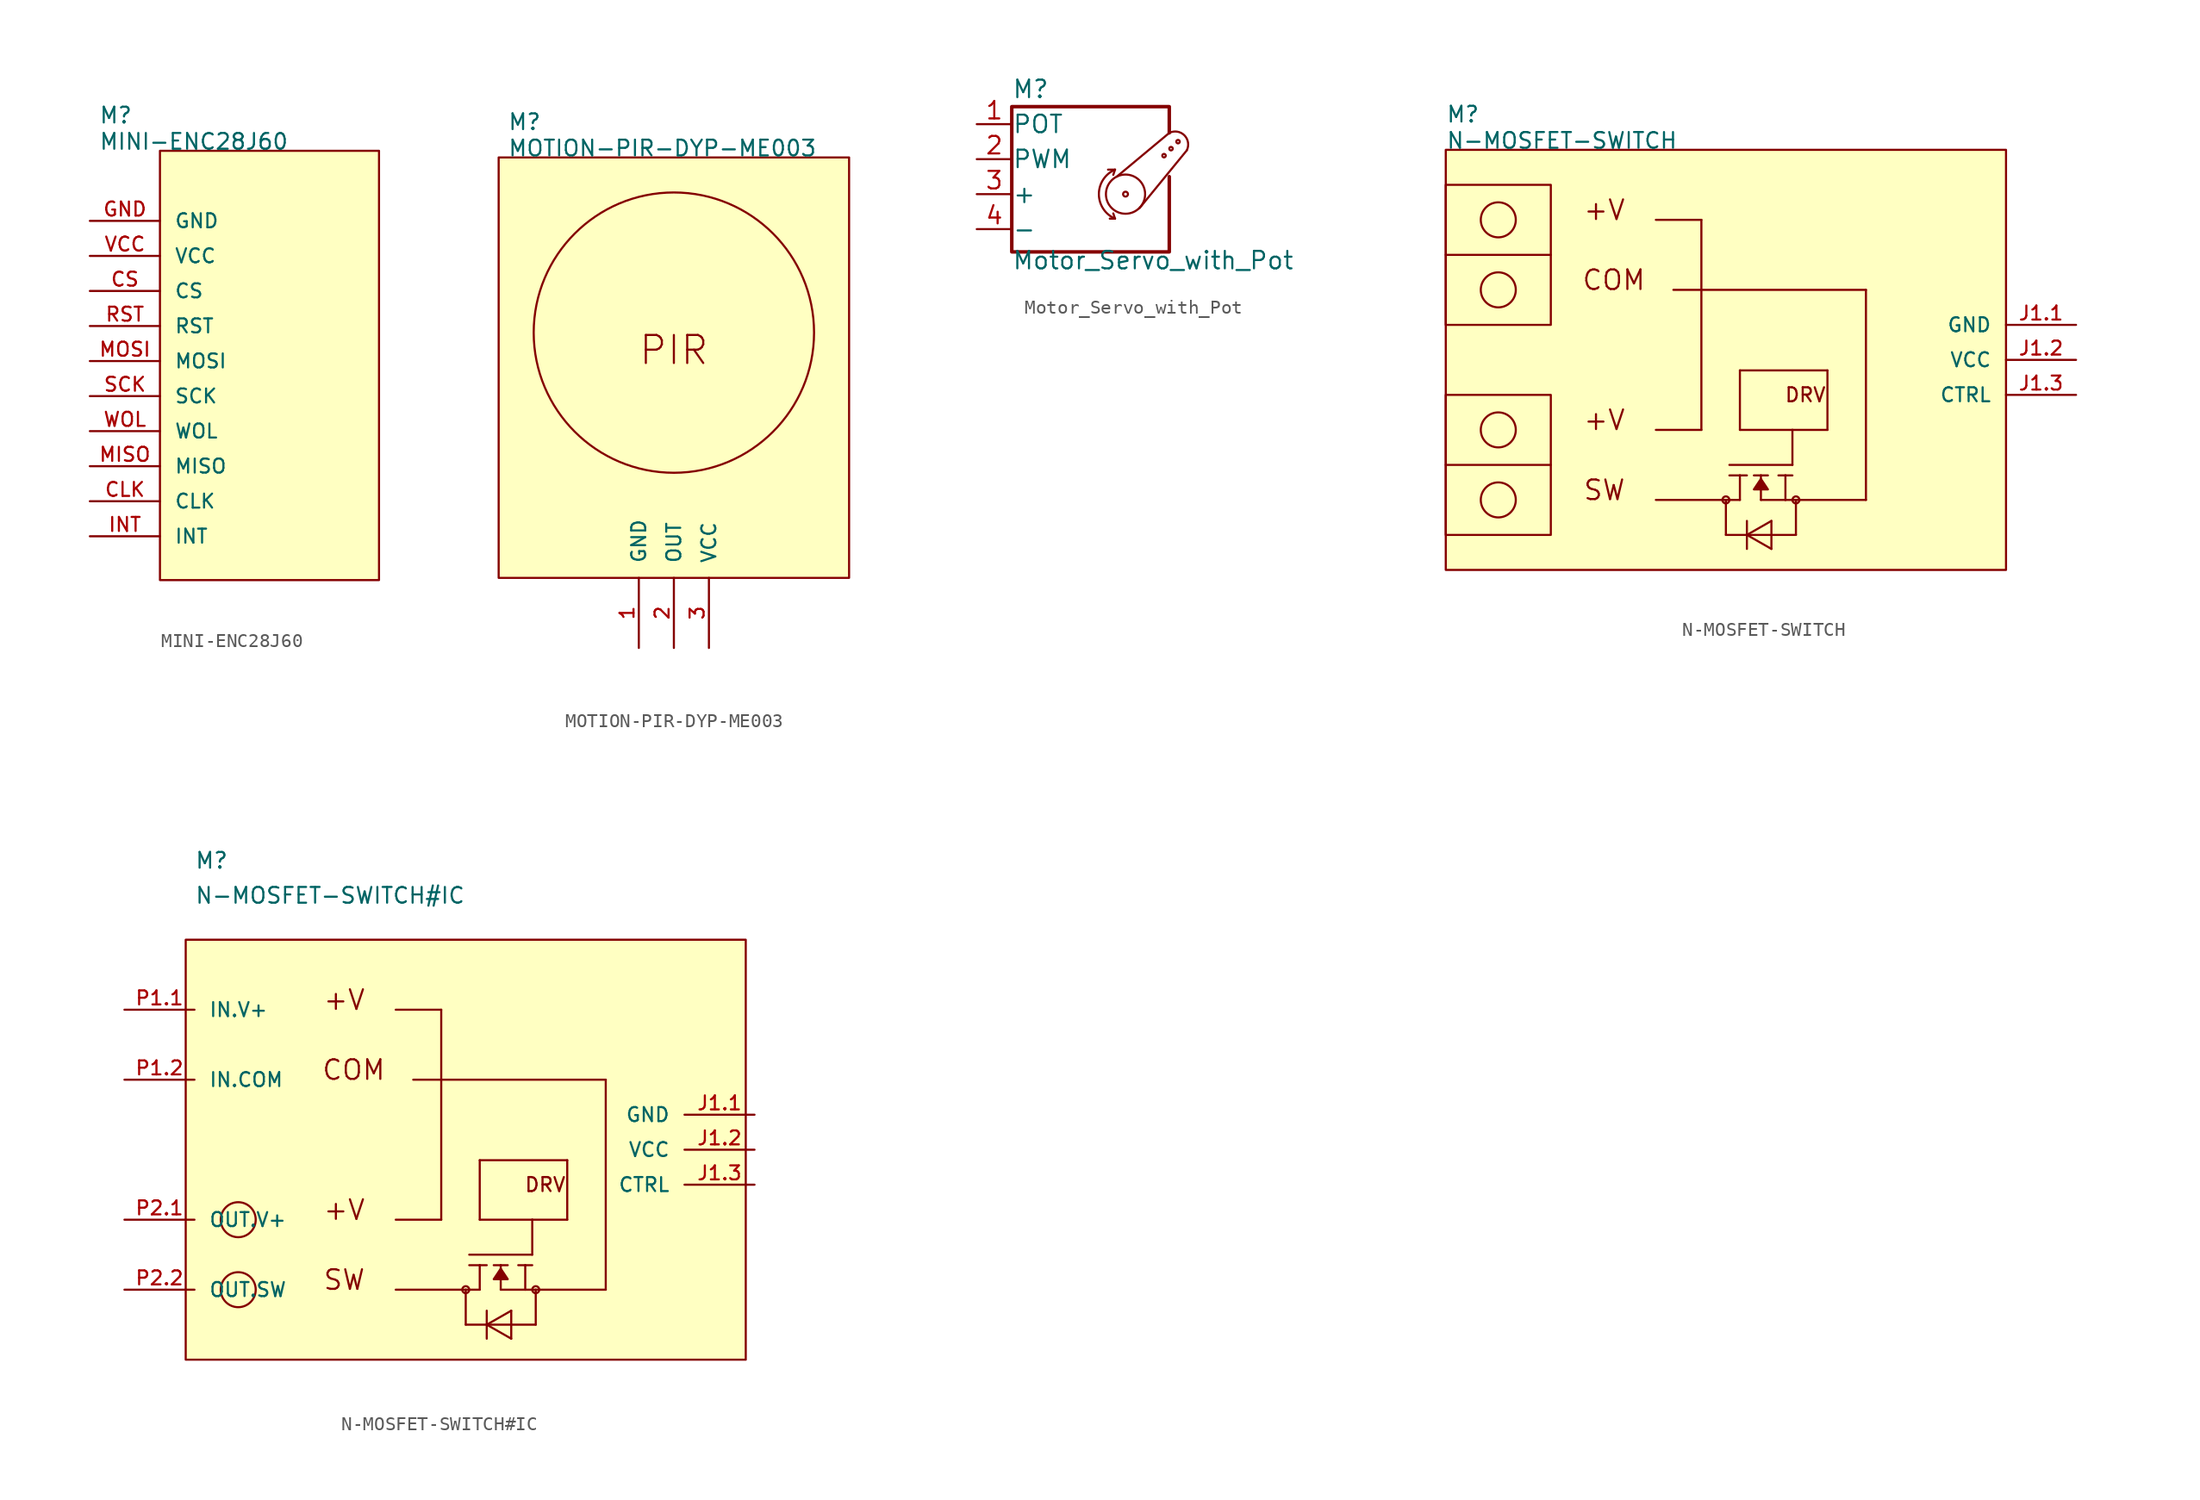
<source format=kicad_sym>
(kicad_symbol_lib
  (version 20211014)
  (generator kicad_symbol_editor)
  (symbol "MINI-ENC28J60"
    (pin_names
      (offset 1.016))
    (property "Reference" "M"
      (at -8.89 17.145 0)
      (effects (font (size 1.143 1.143)) (justify left bottom)))
    (property "Value" "MINI-ENC28J60"
      (at -8.89 15.24 0)
      (effects (font (size 1.143 1.143)) (justify left bottom)))
    (property "ki_locked" ""
      (at 0 0 0)
      (effects (font (size 1.27 1.27))))
    (symbol "MINI-ENC28J60_1_1"
      (rectangle (start -4.445 15.24) (end 11.43 -15.875) (stroke (width 0) (type default) (color 0 0 0 0)) (fill (type background)))
      (pin bidirectional line (at -9.525 -10.16 0) (length 5.08) (name "CLK" (effects (font (size 1.016 1.016)))) (number "CLK" (effects (font (size 1.016 1.016)))))
      (pin bidirectional line (at -9.525 5.08 0) (length 5.08) (name "CS" (effects (font (size 1.016 1.016)))) (number "CS" (effects (font (size 1.016 1.016)))))
      (pin bidirectional line (at -9.525 10.16 0) (length 5.08) (name "GND" (effects (font (size 1.016 1.016)))) (number "GND" (effects (font (size 1.016 1.016)))))
      (pin bidirectional line (at -9.525 -12.7 0) (length 5.08) (name "INT" (effects (font (size 1.016 1.016)))) (number "INT" (effects (font (size 1.016 1.016)))))
      (pin bidirectional line (at -9.525 -7.62 0) (length 5.08) (name "MISO" (effects (font (size 1.016 1.016)))) (number "MISO" (effects (font (size 1.016 1.016)))))
      (pin bidirectional line (at -9.525 0 0) (length 5.08) (name "MOSI" (effects (font (size 1.016 1.016)))) (number "MOSI" (effects (font (size 1.016 1.016)))))
      (pin bidirectional line (at -9.525 2.54 0) (length 5.08) (name "RST" (effects (font (size 1.016 1.016)))) (number "RST" (effects (font (size 1.016 1.016)))))
      (pin bidirectional line (at -9.525 -2.54 0) (length 5.08) (name "SCK" (effects (font (size 1.016 1.016)))) (number "SCK" (effects (font (size 1.016 1.016)))))
      (pin bidirectional line (at -9.525 7.62 0) (length 5.08) (name "VCC" (effects (font (size 1.016 1.016)))) (number "VCC" (effects (font (size 1.016 1.016)))))
      (pin bidirectional line (at -9.525 -5.08 0) (length 5.08) (name "WOL" (effects (font (size 1.016 1.016)))) (number "WOL" (effects (font (size 1.016 1.016)))))))
  (symbol "MOTION-PIR-DYP-ME003"
    (pin_names
      (offset 1.016))
    (property "Reference" "M"
      (at -12.065 17.145 0)
      (effects (font (size 1.143 1.143)) (justify left bottom)))
    (property "Value" "MOTION-PIR-DYP-ME003"
      (at -12.065 15.24 0)
      (effects (font (size 1.143 1.143)) (justify left bottom)))
    (property "ki_locked" ""
      (at 0 0 0)
      (effects (font (size 1.27 1.27))))
    (symbol "MOTION-PIR-DYP-ME003_1_0"
      (text "PIR" (at 0 1.27 0) (effects (font (size 2.032 2.032)))))
    (symbol "MOTION-PIR-DYP-ME003_1_1"
      (rectangle (start -12.7 15.24) (end 12.7 -15.24) (stroke (width 0) (type default) (color 0 0 0 0)) (fill (type background)))
      (circle (center 0 2.54) (radius 10.16) (stroke (width 0) (type default) (color 0 0 0 0)) (fill (type none)))
      (pin power_in line (at -2.54 -20.32 90) (length 5.08) (name "GND" (effects (font (size 1.016 1.016)))) (number "1" (effects (font (size 1.016 1.016)))))
      (pin output line (at 0 -20.32 90) (length 5.08) (name "OUT" (effects (font (size 1.016 1.016)))) (number "2" (effects (font (size 1.016 1.016)))))
      (pin power_in line (at 2.54 -20.32 90) (length 5.08) (name "VCC" (effects (font (size 1.016 1.016)))) (number "3" (effects (font (size 1.016 1.016)))))))
  (symbol "Motor_Servo_with_Pot"
    (pin_names
      (offset 0.025))
    (property "Reference" "M"
      (at -5.08 7.62 0)
      (effects (font (size 1.27 1.27)) (justify left)))
    (property "Value" "Motor_Servo_with_Pot"
      (at -5.08 -4.064 0)
      (effects (font (size 1.27 1.27)) (justify left top)))
    (symbol "Motor_Servo_with_Pot_0_1"
      (polyline (pts (xy 2.413 -1.778) (xy 2.032 -1.778)) (stroke (width 0) (type default) (color 0 0 0 0)) (fill (type none)))
      (polyline (pts (xy 2.413 -1.778) (xy 2.286 -1.397)) (stroke (width 0) (type default) (color 0 0 0 0)) (fill (type none)))
      (polyline (pts (xy 2.413 1.778) (xy 1.905 1.778)) (stroke (width 0) (type default) (color 0 0 0 0)) (fill (type none)))
      (polyline (pts (xy 2.413 1.778) (xy 2.286 1.397)) (stroke (width 0) (type default) (color 0 0 0 0)) (fill (type none)))
      (polyline (pts (xy 6.35 4.445) (xy 2.54 1.27)) (stroke (width 0) (type default) (color 0 0 0 0)) (fill (type none)))
      (polyline (pts (xy 7.62 3.175) (xy 4.191 -1.016)) (stroke (width 0) (type default) (color 0 0 0 0)) (fill (type none)))
      (polyline (pts (xy 6.35 4.445) (xy 6.35 6.35) (xy -5.08 6.35) (xy -5.08 -4.191) (xy 6.35 -4.191) (xy 6.35 1.27)) (stroke (width 0.254) (type default) (color 0 0 0 0)) (fill (type none)))
      (arc (start 2.413 1.778) (mid 1.2406 0) (end 2.413 -1.778) (stroke (width 0) (type default) (color 0 0 0 0)) (fill (type none)))
      (circle (center 3.175 0) (radius 0.178) (stroke (width 0) (type default) (color 0 0 0 0)) (fill (type none)))
      (circle (center 3.175 0) (radius 1.422) (stroke (width 0) (type default) (color 0 0 0 0)) (fill (type none)))
      (circle (center 5.969 2.794) (radius 0.127) (stroke (width 0) (type default) (color 0 0 0 0)) (fill (type none)))
      (circle (center 6.477 3.302) (radius 0.127) (stroke (width 0) (type default) (color 0 0 0 0)) (fill (type none)))
      (circle (center 6.985 3.81) (radius 0.127) (stroke (width 0) (type default) (color 0 0 0 0)) (fill (type none)))
      (arc (start 7.62 3.175) (mid 7.4485 4.2735) (end 6.35 4.445) (stroke (width 0) (type default) (color 0 0 0 0)) (fill (type none))))
    (symbol "Motor_Servo_with_Pot_1_1"
      (pin passive line (at -7.62 5.08 0) (length 2.54) (name "POT" (effects (font (size 1.27 1.27)))) (number "1" (effects (font (size 1.27 1.27)))))
      (pin passive line (at -7.62 2.54 0) (length 2.54) (name "PWM" (effects (font (size 1.27 1.27)))) (number "2" (effects (font (size 1.27 1.27)))))
      (pin passive line (at -7.62 0 0) (length 2.54) (name "+" (effects (font (size 1.27 1.27)))) (number "3" (effects (font (size 1.27 1.27)))))
      (pin passive line (at -7.62 -2.54 0) (length 2.54) (name "-" (effects (font (size 1.27 1.27)))) (number "4" (effects (font (size 1.27 1.27)))))))
  (symbol "N-MOSFET-SWITCH"
    (pin_names
      (offset 1.016))
    (property "Reference" "M"
      (at -22.86 17.145 0)
      (effects (font (size 1.143 1.143)) (justify left bottom)))
    (property "Value" "N-MOSFET-SWITCH"
      (at -22.86 15.24 0)
      (effects (font (size 1.143 1.143)) (justify left bottom)))
    (property "ki_locked" ""
      (at 0 0 0)
      (effects (font (size 1.27 1.27))))
    (symbol "N-MOSFET-SWITCH_1_0"
      (polyline (pts (xy -22.86 7.62) (xy -15.24 7.62)) (stroke (width 0) (type default) (color 0 0 0 0)) (fill (type none)))
      (polyline (pts (xy -15.24 -7.62) (xy -22.86 -7.62)) (stroke (width 0) (type default) (color 0 0 0 0)) (fill (type none)))
      (polyline (pts (xy -7.62 -10.16) (xy -2.54 -10.16)) (stroke (width 0) (type default) (color 0 0 0 0)) (fill (type none)))
      (polyline (pts (xy -7.62 10.16) (xy -4.318 10.16)) (stroke (width 0) (type default) (color 0 0 0 0)) (fill (type none)))
      (polyline (pts (xy -4.318 -5.08) (xy -7.62 -5.08)) (stroke (width 0) (type default) (color 0 0 0 0)) (fill (type none)))
      (polyline (pts (xy -4.318 10.16) (xy -4.318 -5.08)) (stroke (width 0) (type default) (color 0 0 0 0)) (fill (type none)))
      (polyline (pts (xy -2.54 -12.7) (xy -1.016 -12.7)) (stroke (width 0) (type default) (color 0 0 0 0)) (fill (type none)))
      (polyline (pts (xy -2.54 -10.16) (xy -2.54 -12.7)) (stroke (width 0) (type default) (color 0 0 0 0)) (fill (type none)))
      (polyline (pts (xy -2.54 -10.16) (xy -1.524 -10.16)) (stroke (width 0) (type default) (color 0 0 0 0)) (fill (type none)))
      (polyline (pts (xy -2.286 -8.382) (xy -1.524 -8.382)) (stroke (width 0) (type default) (color 0 0 0 0)) (fill (type none)))
      (polyline (pts (xy -2.286 -7.62) (xy 2.286 -7.62)) (stroke (width 0) (type default) (color 0 0 0 0)) (fill (type none)))
      (polyline (pts (xy -1.524 -10.16) (xy -1.524 -8.382)) (stroke (width 0) (type default) (color 0 0 0 0)) (fill (type none)))
      (polyline (pts (xy -1.524 -8.382) (xy -1.016 -8.382)) (stroke (width 0) (type default) (color 0 0 0 0)) (fill (type none)))
      (polyline (pts (xy -1.524 -5.08) (xy -1.524 -0.762)) (stroke (width 0) (type default) (color 0 0 0 0)) (fill (type none)))
      (polyline (pts (xy -1.524 -0.762) (xy 4.826 -0.762)) (stroke (width 0) (type default) (color 0 0 0 0)) (fill (type none)))
      (polyline (pts (xy -1.016 -13.716) (xy -1.016 -12.7)) (stroke (width 0) (type default) (color 0 0 0 0)) (fill (type none)))
      (polyline (pts (xy -1.016 -12.7) (xy -1.016 -11.684)) (stroke (width 0) (type default) (color 0 0 0 0)) (fill (type none)))
      (polyline (pts (xy -1.016 -12.7) (xy 0.762 -11.684)) (stroke (width 0) (type default) (color 0 0 0 0)) (fill (type none)))
      (polyline (pts (xy -1.016 -12.7) (xy 2.54 -12.7)) (stroke (width 0) (type default) (color 0 0 0 0)) (fill (type none)))
      (polyline (pts (xy -0.508 -8.382) (xy 0 -8.382)) (stroke (width 0) (type default) (color 0 0 0 0)) (fill (type none)))
      (polyline (pts (xy 0 -10.16) (xy 1.778 -10.16)) (stroke (width 0) (type default) (color 0 0 0 0)) (fill (type none)))
      (polyline (pts (xy 0 -8.382) (xy 0 -10.16)) (stroke (width 0) (type default) (color 0 0 0 0)) (fill (type none)))
      (polyline (pts (xy 0 -8.382) (xy 0.508 -8.382)) (stroke (width 0) (type default) (color 0 0 0 0)) (fill (type none)))
      (polyline (pts (xy 0.762 -13.716) (xy -1.016 -12.7)) (stroke (width 0) (type default) (color 0 0 0 0)) (fill (type none)))
      (polyline (pts (xy 0.762 -11.684) (xy 0.762 -13.716)) (stroke (width 0) (type default) (color 0 0 0 0)) (fill (type none)))
      (polyline (pts (xy 1.27 -8.382) (xy 1.778 -8.382)) (stroke (width 0) (type default) (color 0 0 0 0)) (fill (type none)))
      (polyline (pts (xy 1.778 -10.16) (xy 2.54 -10.16)) (stroke (width 0) (type default) (color 0 0 0 0)) (fill (type none)))
      (polyline (pts (xy 1.778 -8.382) (xy 1.778 -10.16)) (stroke (width 0) (type default) (color 0 0 0 0)) (fill (type none)))
      (polyline (pts (xy 1.778 -8.382) (xy 2.286 -8.382)) (stroke (width 0) (type default) (color 0 0 0 0)) (fill (type none)))
      (polyline (pts (xy 2.286 -7.62) (xy 2.286 -5.08)) (stroke (width 0) (type default) (color 0 0 0 0)) (fill (type none)))
      (polyline (pts (xy 2.286 -5.08) (xy -1.524 -5.08)) (stroke (width 0) (type default) (color 0 0 0 0)) (fill (type none)))
      (polyline (pts (xy 2.54 -12.7) (xy 2.54 -10.16)) (stroke (width 0) (type default) (color 0 0 0 0)) (fill (type none)))
      (polyline (pts (xy 2.54 -10.16) (xy 7.62 -10.16)) (stroke (width 0) (type default) (color 0 0 0 0)) (fill (type none)))
      (polyline (pts (xy 4.826 -5.08) (xy 2.286 -5.08)) (stroke (width 0) (type default) (color 0 0 0 0)) (fill (type none)))
      (polyline (pts (xy 4.826 -0.762) (xy 4.826 -5.08)) (stroke (width 0) (type default) (color 0 0 0 0)) (fill (type none)))
      (polyline (pts (xy 7.62 -10.16) (xy 7.62 5.08)) (stroke (width 0) (type default) (color 0 0 0 0)) (fill (type none)))
      (polyline (pts (xy 7.62 5.08) (xy -6.35 5.08)) (stroke (width 0) (type default) (color 0 0 0 0)) (fill (type none)))
      (text "+V" (at -11.354 -4.369 0) (effects (font (size 1.422 1.422))))
      (text "+V" (at -11.354 10.871 0) (effects (font (size 1.422 1.422))))
      (text "COM" (at -10.668 5.791 0) (effects (font (size 1.422 1.422))))
      (text "DRV" (at 3.226 -2.54 0) (effects (font (size 1.016 1.016))))
      (text "SW" (at -11.354 -9.449 0) (effects (font (size 1.422 1.422)))))
    (symbol "N-MOSFET-SWITCH_1_1"
      (rectangle (start -22.86 -2.54) (end -15.24 -12.7) (stroke (width 0) (type default) (color 0 0 0 0)) (fill (type none)))
      (rectangle (start -22.86 12.7) (end -15.24 2.54) (stroke (width 0) (type default) (color 0 0 0 0)) (fill (type none)))
      (rectangle (start -22.86 15.24) (end 17.78 -15.24) (stroke (width 0) (type default) (color 0 0 0 0)) (fill (type background)))
      (circle (center -19.05 -10.16) (radius 1.27) (stroke (width 0) (type default) (color 0 0 0 0)) (fill (type none)))
      (circle (center -19.05 -5.08) (radius 1.27) (stroke (width 0) (type default) (color 0 0 0 0)) (fill (type none)))
      (circle (center -19.05 5.08) (radius 1.27) (stroke (width 0) (type default) (color 0 0 0 0)) (fill (type none)))
      (circle (center -19.05 10.16) (radius 1.27) (stroke (width 0) (type default) (color 0 0 0 0)) (fill (type none)))
      (circle (center -2.54 -10.16) (radius 0.254) (stroke (width 0) (type default) (color 0 0 0 0)) (fill (type none)))
      (polyline (pts (xy 0 -8.636) (xy 0.508 -9.398) (xy 0.508 -9.398) (xy -0.508 -9.398) (xy -0.508 -9.398) (xy 0 -8.636)) (stroke (width 0) (type default) (color 0 0 0 0)) (fill (type outline)))
      (circle (center 2.54 -10.16) (radius 0.254) (stroke (width 0) (type default) (color 0 0 0 0)) (fill (type none)))
      (pin power_in line (at 22.86 2.54 180) (length 5.08) (name "GND" (effects (font (size 1.016 1.016)))) (number "J1.1" (effects (font (size 1.016 1.016)))))
      (pin power_in line (at 22.86 0 180) (length 5.08) (name "VCC" (effects (font (size 1.016 1.016)))) (number "J1.2" (effects (font (size 1.016 1.016)))))
      (pin bidirectional line (at 22.86 -2.54 180) (length 5.08) (name "CTRL" (effects (font (size 1.016 1.016)))) (number "J1.3" (effects (font (size 1.016 1.016)))))))
  (symbol "N-MOSFET-SWITCH#IC"
    (pin_names
      (offset 1.016))
    (property "Reference" "M"
      (at -20.32 20.32 0)
      (effects (font (size 1.143 1.143)) (justify left bottom)))
    (property "Value" "N-MOSFET-SWITCH#IC"
      (at -20.32 17.78 0)
      (effects (font (size 1.143 1.143)) (justify left bottom)))
    (property "ki_locked" ""
      (at 0 0 0)
      (effects (font (size 1.27 1.27))))
    (symbol "N-MOSFET-SWITCH#IC_1_0"
      (polyline (pts (xy -5.715 -10.16) (xy -0.635 -10.16)) (stroke (width 0) (type default) (color 0 0 0 0)) (fill (type none)))
      (polyline (pts (xy -5.715 10.16) (xy -2.413 10.16)) (stroke (width 0) (type default) (color 0 0 0 0)) (fill (type none)))
      (polyline (pts (xy -2.413 -5.08) (xy -5.715 -5.08)) (stroke (width 0) (type default) (color 0 0 0 0)) (fill (type none)))
      (polyline (pts (xy -2.413 10.16) (xy -2.413 -5.08)) (stroke (width 0) (type default) (color 0 0 0 0)) (fill (type none)))
      (polyline (pts (xy -0.635 -12.7) (xy 0.889 -12.7)) (stroke (width 0) (type default) (color 0 0 0 0)) (fill (type none)))
      (polyline (pts (xy -0.635 -10.16) (xy -0.635 -12.7)) (stroke (width 0) (type default) (color 0 0 0 0)) (fill (type none)))
      (polyline (pts (xy -0.635 -10.16) (xy 0.381 -10.16)) (stroke (width 0) (type default) (color 0 0 0 0)) (fill (type none)))
      (polyline (pts (xy -0.381 -8.382) (xy 0.381 -8.382)) (stroke (width 0) (type default) (color 0 0 0 0)) (fill (type none)))
      (polyline (pts (xy -0.381 -7.62) (xy 4.191 -7.62)) (stroke (width 0) (type default) (color 0 0 0 0)) (fill (type none)))
      (polyline (pts (xy 0.381 -10.16) (xy 0.381 -8.382)) (stroke (width 0) (type default) (color 0 0 0 0)) (fill (type none)))
      (polyline (pts (xy 0.381 -8.382) (xy 0.889 -8.382)) (stroke (width 0) (type default) (color 0 0 0 0)) (fill (type none)))
      (polyline (pts (xy 0.381 -5.08) (xy 0.381 -0.762)) (stroke (width 0) (type default) (color 0 0 0 0)) (fill (type none)))
      (polyline (pts (xy 0.381 -0.762) (xy 6.731 -0.762)) (stroke (width 0) (type default) (color 0 0 0 0)) (fill (type none)))
      (polyline (pts (xy 0.889 -13.716) (xy 0.889 -12.7)) (stroke (width 0) (type default) (color 0 0 0 0)) (fill (type none)))
      (polyline (pts (xy 0.889 -12.7) (xy 0.889 -11.684)) (stroke (width 0) (type default) (color 0 0 0 0)) (fill (type none)))
      (polyline (pts (xy 0.889 -12.7) (xy 2.667 -11.684)) (stroke (width 0) (type default) (color 0 0 0 0)) (fill (type none)))
      (polyline (pts (xy 0.889 -12.7) (xy 4.445 -12.7)) (stroke (width 0) (type default) (color 0 0 0 0)) (fill (type none)))
      (polyline (pts (xy 1.397 -8.382) (xy 1.905 -8.382)) (stroke (width 0) (type default) (color 0 0 0 0)) (fill (type none)))
      (polyline (pts (xy 1.905 -10.16) (xy 3.683 -10.16)) (stroke (width 0) (type default) (color 0 0 0 0)) (fill (type none)))
      (polyline (pts (xy 1.905 -8.382) (xy 1.905 -10.16)) (stroke (width 0) (type default) (color 0 0 0 0)) (fill (type none)))
      (polyline (pts (xy 1.905 -8.382) (xy 2.413 -8.382)) (stroke (width 0) (type default) (color 0 0 0 0)) (fill (type none)))
      (polyline (pts (xy 2.667 -13.716) (xy 0.889 -12.7)) (stroke (width 0) (type default) (color 0 0 0 0)) (fill (type none)))
      (polyline (pts (xy 2.667 -11.684) (xy 2.667 -13.716)) (stroke (width 0) (type default) (color 0 0 0 0)) (fill (type none)))
      (polyline (pts (xy 3.175 -8.382) (xy 3.683 -8.382)) (stroke (width 0) (type default) (color 0 0 0 0)) (fill (type none)))
      (polyline (pts (xy 3.683 -10.16) (xy 4.445 -10.16)) (stroke (width 0) (type default) (color 0 0 0 0)) (fill (type none)))
      (polyline (pts (xy 3.683 -8.382) (xy 3.683 -10.16)) (stroke (width 0) (type default) (color 0 0 0 0)) (fill (type none)))
      (polyline (pts (xy 3.683 -8.382) (xy 4.191 -8.382)) (stroke (width 0) (type default) (color 0 0 0 0)) (fill (type none)))
      (polyline (pts (xy 4.191 -7.62) (xy 4.191 -5.08)) (stroke (width 0) (type default) (color 0 0 0 0)) (fill (type none)))
      (polyline (pts (xy 4.191 -5.08) (xy 0.381 -5.08)) (stroke (width 0) (type default) (color 0 0 0 0)) (fill (type none)))
      (polyline (pts (xy 4.445 -12.7) (xy 4.445 -10.16)) (stroke (width 0) (type default) (color 0 0 0 0)) (fill (type none)))
      (polyline (pts (xy 4.445 -10.16) (xy 9.525 -10.16)) (stroke (width 0) (type default) (color 0 0 0 0)) (fill (type none)))
      (polyline (pts (xy 6.731 -5.08) (xy 4.191 -5.08)) (stroke (width 0) (type default) (color 0 0 0 0)) (fill (type none)))
      (polyline (pts (xy 6.731 -0.762) (xy 6.731 -5.08)) (stroke (width 0) (type default) (color 0 0 0 0)) (fill (type none)))
      (polyline (pts (xy 9.525 -10.16) (xy 9.525 5.08)) (stroke (width 0) (type default) (color 0 0 0 0)) (fill (type none)))
      (polyline (pts (xy 9.525 5.08) (xy -4.445 5.08)) (stroke (width 0) (type default) (color 0 0 0 0)) (fill (type none)))
      (text "+V" (at -9.449 -4.369 0) (effects (font (size 1.422 1.422))))
      (text "+V" (at -9.449 10.871 0) (effects (font (size 1.422 1.422))))
      (text "COM" (at -8.763 5.791 0) (effects (font (size 1.422 1.422))))
      (text "DRV" (at 5.131 -2.54 0) (effects (font (size 1.016 1.016))))
      (text "SW" (at -9.449 -9.449 0) (effects (font (size 1.422 1.422)))))
    (symbol "N-MOSFET-SWITCH#IC_1_1"
      (rectangle (start -20.955 15.24) (end 19.685 -15.24) (stroke (width 0) (type default) (color 0 0 0 0)) (fill (type background)))
      (circle (center -17.145 -10.16) (radius 1.27) (stroke (width 0) (type default) (color 0 0 0 0)) (fill (type none)))
      (circle (center -17.145 -5.08) (radius 1.27) (stroke (width 0) (type default) (color 0 0 0 0)) (fill (type none)))
      (circle (center -0.635 -10.16) (radius 0.254) (stroke (width 0) (type default) (color 0 0 0 0)) (fill (type none)))
      (polyline (pts (xy 1.905 -8.636) (xy 2.413 -9.398) (xy 2.413 -9.398) (xy 1.397 -9.398) (xy 1.397 -9.398) (xy 1.905 -8.636)) (stroke (width 0) (type default) (color 0 0 0 0)) (fill (type outline)))
      (circle (center 4.445 -10.16) (radius 0.254) (stroke (width 0) (type default) (color 0 0 0 0)) (fill (type none)))
      (pin power_in line (at 20.32 2.54 180) (length 5.08) (name "GND" (effects (font (size 1.016 1.016)))) (number "J1.1" (effects (font (size 1.016 1.016)))))
      (pin power_in line (at 20.32 0 180) (length 5.08) (name "VCC" (effects (font (size 1.016 1.016)))) (number "J1.2" (effects (font (size 1.016 1.016)))))
      (pin bidirectional line (at 20.32 -2.54 180) (length 5.08) (name "CTRL" (effects (font (size 1.016 1.016)))) (number "J1.3" (effects (font (size 1.016 1.016)))))
      (pin power_in line (at -25.4 10.16 0) (length 5.08) (name "IN.V+" (effects (font (size 1.016 1.016)))) (number "P1.1" (effects (font (size 1.016 1.016)))))
      (pin power_in line (at -25.4 5.08 0) (length 5.08) (name "IN.COM" (effects (font (size 1.016 1.016)))) (number "P1.2" (effects (font (size 1.016 1.016)))))
      (pin power_in line (at -25.4 -5.08 0) (length 5.08) (name "OUT.V+" (effects (font (size 1.016 1.016)))) (number "P2.1" (effects (font (size 1.016 1.016)))))
      (pin power_in line (at -25.4 -10.16 0) (length 5.08) (name "OUT.SW" (effects (font (size 1.016 1.016)))) (number "P2.2" (effects (font (size 1.016 1.016))))))))
</source>
